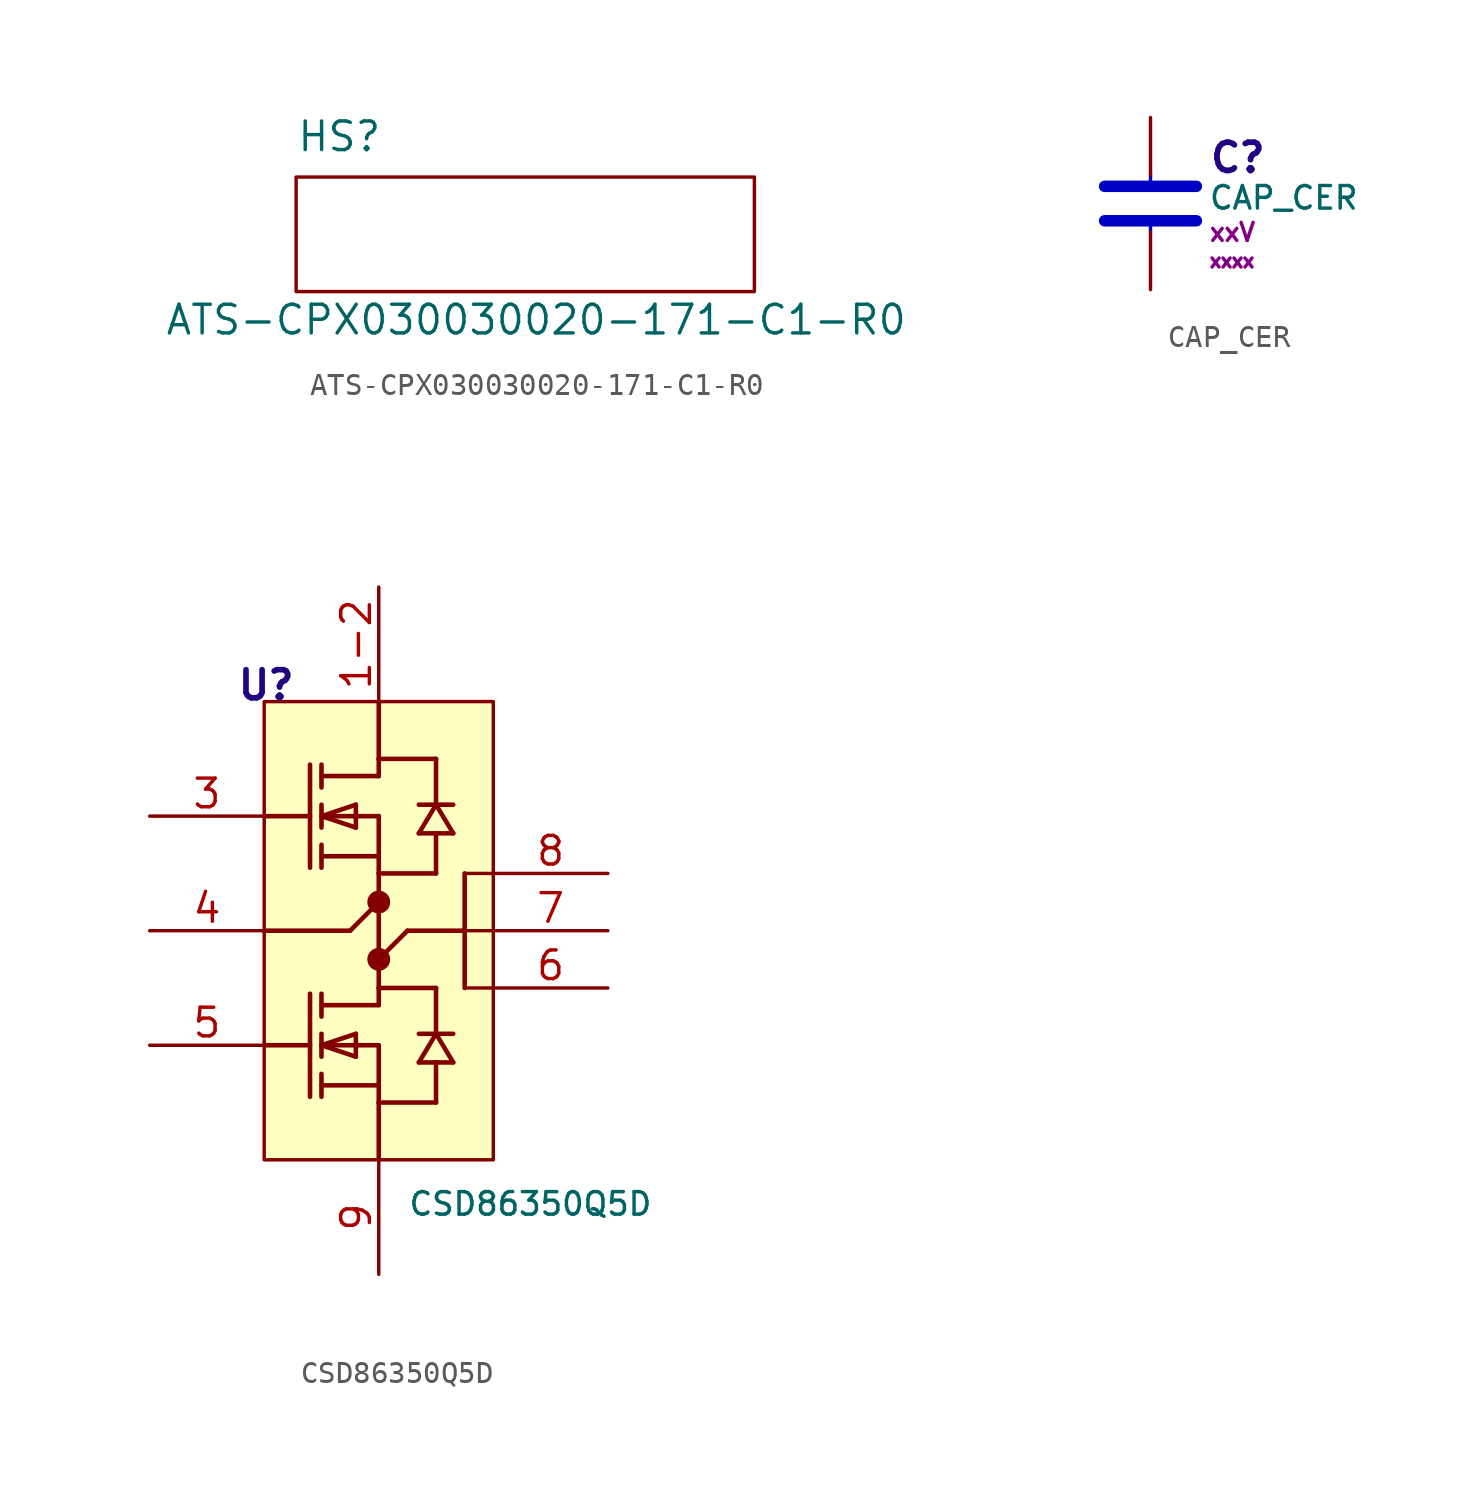
<source format=kicad_sym>
(kicad_symbol_lib
  (version 20241209)
  (generator "kicad_symbol_editor")
  (generator_version "9.0")
  (symbol "ATS-CPX030030020-171-C1-R0"
    (property "Reference" "HS"
      (at -10.16 5.08 0)
      (effects (font (size 1.27 1.27)) (justify left top)))
    (property "Value" "ATS-CPX030030020-171-C1-R0"
      (at -16.002 -3.048 0)
      (effects (font (size 1.27 1.27)) (justify left top)))
    (symbol "ATS-CPX030030020-171-C1-R0_0_1"
      (rectangle (start -10.16 2.54) (end 10.16 -2.54) (stroke (width 0) (type default)) (fill (type none)))))
  (symbol "CAP_CER"
    (pin_numbers
      (hide yes))
    (pin_names
      (offset 0.254))
    (property "Reference" "C"
      (at 2.54 -1.778 0)
      (do_not_autoplace)
      (effects (font (size 1.25 1.25) (bold yes) (color 34 4 131 1)) (justify left)))
    (property "Value" "CAP_CER"
      (at 2.54 -3.556 0)
      (do_not_autoplace)
      (effects (font (size 1 1)) (justify left)))
    (property "Package" "xxxx"
      (at 2.54 -6.35 0)
      (do_not_autoplace)
      (effects (font (size 0.6 0.6)) (justify left)))
    (property "DC Voltage" "xxV"
      (at 2.54 -5.08 0)
      (do_not_autoplace)
      (effects (font (size 0.8 0.8)) (justify left)))
    (property "BOM" ""
      (at 0 0 0)
      (effects (font (size 1.27 1.27))))
    (symbol "CAP_CER_0_1"
      (polyline (pts (xy 0 -2.54) (xy 0 -3.048)) (stroke (width 0) (type default) (color 0 0 194 1)) (fill (type none)))
      (polyline (pts (xy 0 -5.08) (xy 0 -4.572)) (stroke (width 0) (type default) (color 0 0 194 1)) (fill (type none))))
    (symbol "CAP_CER_1_1"
      (polyline (pts (xy -2.032 -3.048) (xy 2.032 -3.048)) (stroke (width 0.508) (type default) (color 0 0 194 1)) (fill (type none)))
      (polyline (pts (xy -2.032 -4.572) (xy 2.032 -4.572)) (stroke (width 0.508) (type default) (color 0 0 194 1)) (fill (type none)))
      (pin passive line (at 0 0 270) (length 2.54) (name "~" (effects (font (size 1.27 1.27)))) (number "1" (effects (font (size 1.27 1.27)))))
      (pin passive line (at 0 -7.62 90) (length 2.54) (name "~" (effects (font (size 1.27 1.27)))) (number "2" (effects (font (size 1.27 1.27)))))))
  (symbol "CSD86350Q5D"
    (pin_names
      (offset 0.254)
      (hide yes))
    (property "Reference" "U"
      (at -6.35 10.16 0)
      (effects (font (size 1.25 1.25) (bold yes) (color 34 4 131 1)) (justify left bottom)))
    (property "Value" "CSD86350Q5D"
      (at 1.27 -12.7 0)
      (effects (font (size 1 1)) (justify left bottom)))
    (symbol "CSD86350Q5D_0_1"
      (polyline (pts (xy -5.08 5.08) (xy -3.048 5.08)) (stroke (width 0.203) (type default)) (fill (type none)))
      (polyline (pts (xy -5.08 0) (xy -1.27 0)) (stroke (width 0.203) (type default)) (fill (type none)))
      (polyline (pts (xy -5.08 -5.08) (xy -3.048 -5.08)) (stroke (width 0.203) (type default)) (fill (type none)))
      (polyline (pts (xy -3.048 7.366) (xy -3.048 2.794)) (stroke (width 0.203) (type default)) (fill (type none)))
      (polyline (pts (xy -3.048 -2.794) (xy -3.048 -7.366)) (stroke (width 0.203) (type default)) (fill (type none)))
      (polyline (pts (xy -2.54 7.366) (xy -2.54 6.35)) (stroke (width 0.203) (type default)) (fill (type none)))
      (polyline (pts (xy -2.54 5.08) (xy -1.016 4.572)) (stroke (width 0.203) (type default)) (fill (type none)))
      (polyline (pts (xy -2.54 4.572) (xy -2.54 5.588)) (stroke (width 0.203) (type default)) (fill (type none)))
      (polyline (pts (xy -2.54 2.794) (xy -2.54 3.81)) (stroke (width 0.203) (type default)) (fill (type none)))
      (polyline (pts (xy -2.54 -2.794) (xy -2.54 -3.81)) (stroke (width 0.203) (type default)) (fill (type none)))
      (polyline (pts (xy -2.54 -5.08) (xy -1.016 -5.588)) (stroke (width 0.203) (type default)) (fill (type none)))
      (polyline (pts (xy -2.54 -5.588) (xy -2.54 -4.572)) (stroke (width 0.203) (type default)) (fill (type none)))
      (polyline (pts (xy -2.54 -7.366) (xy -2.54 -6.35)) (stroke (width 0.203) (type default)) (fill (type none)))
      (polyline (pts (xy -1.27 0) (xy 0 1.27)) (stroke (width 0.203) (type default)) (fill (type none)))
      (polyline (pts (xy -1.016 5.588) (xy -2.54 5.08)) (stroke (width 0.203) (type default)) (fill (type none)))
      (polyline (pts (xy -1.016 4.572) (xy -1.016 5.588)) (stroke (width 0.203) (type default)) (fill (type none)))
      (polyline (pts (xy -1.016 -4.572) (xy -2.54 -5.08)) (stroke (width 0.203) (type default)) (fill (type none)))
      (polyline (pts (xy -1.016 -5.588) (xy -1.016 -4.572)) (stroke (width 0.203) (type default)) (fill (type none)))
      (polyline (pts (xy 0 10.16) (xy 0 7.62)) (stroke (width 0.203) (type default)) (fill (type none)))
      (polyline (pts (xy 0 7.62) (xy 2.54 7.62)) (stroke (width 0.203) (type default)) (fill (type none)))
      (polyline (pts (xy 0 6.858) (xy -2.54 6.858)) (stroke (width 0.203) (type default)) (fill (type none)))
      (polyline (pts (xy 0 6.858) (xy 0 7.62)) (stroke (width 0.203) (type default)) (fill (type none)))
      (polyline (pts (xy 0 5.08) (xy -2.54 5.08)) (stroke (width 0.203) (type default)) (fill (type none)))
      (polyline (pts (xy 0 5.08) (xy 0 2.54)) (stroke (width 0.203) (type default)) (fill (type none)))
      (polyline (pts (xy 0 3.302) (xy -2.54 3.302)) (stroke (width 0.203) (type default)) (fill (type none)))
      (polyline (pts (xy 0 2.54) (xy 2.54 2.54)) (stroke (width 0.203) (type default)) (fill (type none)))
      (circle (center 0 1.27) (radius 0.254) (stroke (width 0.508) (type default)) (fill (type none)))
      (circle (center 0 -1.27) (radius 0.254) (stroke (width 0.508) (type default)) (fill (type none)))
      (polyline (pts (xy 0 -2.54) (xy 0 2.54)) (stroke (width 0.203) (type default)) (fill (type none)))
      (polyline (pts (xy 0 -2.54) (xy 2.54 -2.54)) (stroke (width 0.203) (type default)) (fill (type none)))
      (polyline (pts (xy 0 -3.302) (xy -2.54 -3.302)) (stroke (width 0.203) (type default)) (fill (type none)))
      (polyline (pts (xy 0 -3.302) (xy 0 -2.54)) (stroke (width 0.203) (type default)) (fill (type none)))
      (polyline (pts (xy 0 -5.08) (xy -2.54 -5.08)) (stroke (width 0.203) (type default)) (fill (type none)))
      (polyline (pts (xy 0 -5.08) (xy 0 -7.62)) (stroke (width 0.203) (type default)) (fill (type none)))
      (polyline (pts (xy 0 -6.858) (xy -2.54 -6.858)) (stroke (width 0.203) (type default)) (fill (type none)))
      (polyline (pts (xy 0 -7.62) (xy 0 -10.16)) (stroke (width 0.203) (type default)) (fill (type none)))
      (polyline (pts (xy 0 -7.62) (xy 2.54 -7.62)) (stroke (width 0.203) (type default)) (fill (type none)))
      (polyline (pts (xy 1.27 0) (xy 0 -1.27)) (stroke (width 0.203) (type default)) (fill (type none)))
      (polyline (pts (xy 1.778 5.588) (xy 3.302 5.588)) (stroke (width 0.203) (type default)) (fill (type none)))
      (polyline (pts (xy 1.778 4.318) (xy 3.302 4.318)) (stroke (width 0.203) (type default)) (fill (type none)))
      (polyline (pts (xy 1.778 -4.572) (xy 3.302 -4.572)) (stroke (width 0.203) (type default)) (fill (type none)))
      (polyline (pts (xy 1.778 -5.842) (xy 3.302 -5.842)) (stroke (width 0.203) (type default)) (fill (type none)))
      (polyline (pts (xy 2.54 7.62) (xy 2.54 5.588)) (stroke (width 0.203) (type default)) (fill (type none)))
      (polyline (pts (xy 2.54 5.588) (xy 1.778 4.318)) (stroke (width 0.203) (type default)) (fill (type none)))
      (polyline (pts (xy 2.54 2.54) (xy 2.54 4.318)) (stroke (width 0.203) (type default)) (fill (type none)))
      (polyline (pts (xy 2.54 -4.572) (xy 1.778 -5.842)) (stroke (width 0.203) (type default)) (fill (type none)))
      (polyline (pts (xy 2.54 -7.62) (xy 2.54 -5.842)) (stroke (width 0.203) (type default)) (fill (type none)))
      (polyline (pts (xy 3.302 4.318) (xy 2.54 5.588)) (stroke (width 0.203) (type default)) (fill (type none)))
      (polyline (pts (xy 3.302 -5.842) (xy 2.54 -4.572)) (stroke (width 0.203) (type default)) (fill (type none)))
      (polyline (pts (xy 3.81 0) (xy 1.27 0)) (stroke (width 0.203) (type default)) (fill (type none)))
      (polyline (pts (xy 3.81 -2.54) (xy 3.81 2.54)) (stroke (width 0.203) (type default)) (fill (type none)))
      (pin passive line (at -10.16 5.08 0) (length 5.08) (name "TG" (effects (font (size 1.27 1.27)))) (number "3" (effects (font (size 1.27 1.27)))))
      (pin passive line (at -10.16 0 0) (length 5.08) (name "TGR" (effects (font (size 1.27 1.27)))) (number "4" (effects (font (size 1.27 1.27)))))
      (pin passive line (at -10.16 -5.08 0) (length 5.08) (name "BG" (effects (font (size 1.27 1.27)))) (number "5" (effects (font (size 1.27 1.27)))))
      (pin passive line (at 0 -15.24 90) (length 5.08) (name "PGND" (effects (font (size 1.27 1.27)))) (number "9" (effects (font (size 1.27 1.27)))))
      (pin passive line (at 10.16 2.54 180) (length 5.08) (name "VSW" (effects (font (size 1.27 1.27)))) (number "8" (effects (font (size 1.27 1.27)))))
      (pin passive line (at 10.16 0 180) (length 5.08) (name "VSW" (effects (font (size 1.27 1.27)))) (number "7" (effects (font (size 1.27 1.27)))))
      (pin passive line (at 10.16 -2.54 180) (length 5.08) (name "VSW" (effects (font (size 1.27 1.27)))) (number "6" (effects (font (size 1.27 1.27))))))
    (symbol "CSD86350Q5D_1_1"
      (rectangle (start -5.08 10.16) (end 5.08 -10.16) (stroke (width 0) (type default)) (fill (type background)))
      (polyline (pts (xy 2.54 -2.54) (xy 2.54 -4.572)) (stroke (width 0.203) (type default)) (fill (type none)))
      (polyline (pts (xy 5.08 2.54) (xy 3.81 2.54)) (stroke (width 0) (type default)) (fill (type none)))
      (polyline (pts (xy 5.08 0) (xy 3.81 0)) (stroke (width 0) (type default)) (fill (type none)))
      (polyline (pts (xy 5.08 -2.54) (xy 3.81 -2.54)) (stroke (width 0) (type default)) (fill (type none)))
      (pin passive line (at 0 15.24 270) (length 5.08) (name "VIN" (effects (font (size 1.27 1.27)))) (number "1-2" (effects (font (size 1.27 1.27))))))))
</source>
